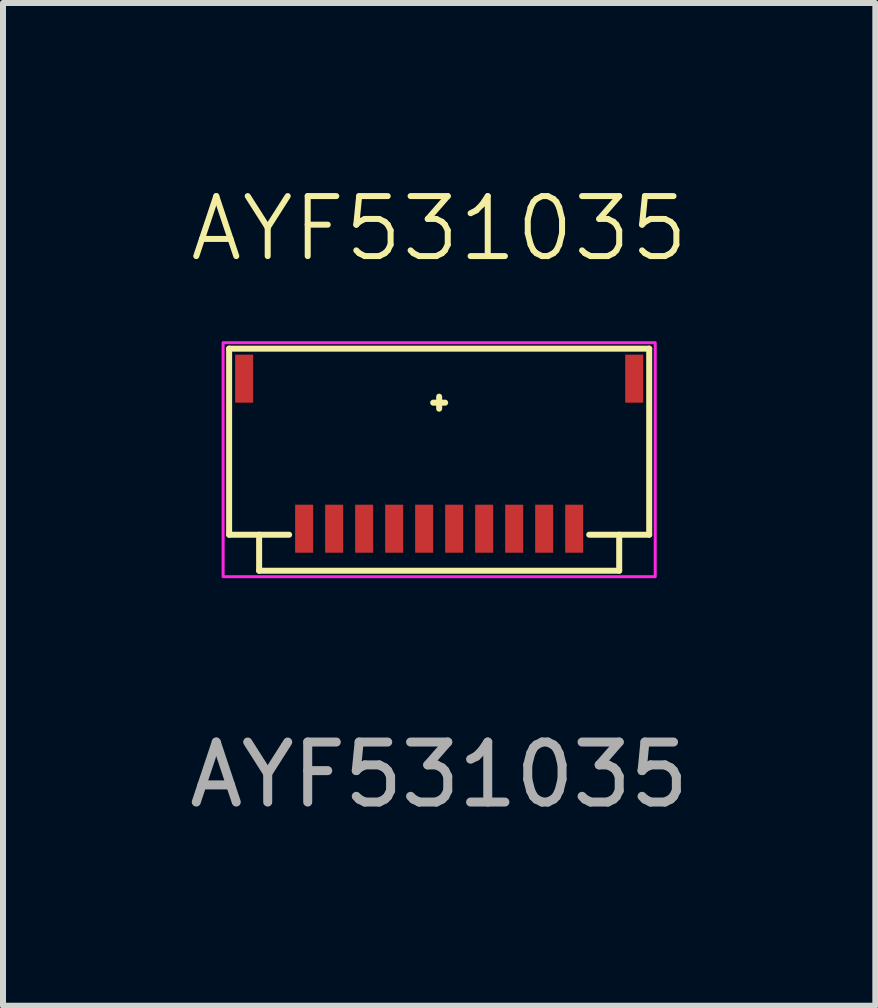
<source format=kicad_pcb>
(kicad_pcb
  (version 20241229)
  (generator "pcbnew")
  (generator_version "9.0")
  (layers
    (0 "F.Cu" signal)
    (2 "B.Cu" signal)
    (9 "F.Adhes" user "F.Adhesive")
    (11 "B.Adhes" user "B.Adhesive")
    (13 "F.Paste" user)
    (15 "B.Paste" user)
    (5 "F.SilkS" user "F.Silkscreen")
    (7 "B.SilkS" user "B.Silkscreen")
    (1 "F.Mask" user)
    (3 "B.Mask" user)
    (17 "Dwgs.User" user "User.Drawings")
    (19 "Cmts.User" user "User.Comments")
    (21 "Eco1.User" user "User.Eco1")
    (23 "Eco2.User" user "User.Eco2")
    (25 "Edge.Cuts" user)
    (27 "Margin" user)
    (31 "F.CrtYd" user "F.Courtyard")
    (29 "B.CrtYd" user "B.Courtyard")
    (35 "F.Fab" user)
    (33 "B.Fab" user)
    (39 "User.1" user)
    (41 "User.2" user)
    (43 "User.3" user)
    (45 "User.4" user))
  (footprint "AYF531035"
    (layer "F.Cu")
    (at 4.268 3.66)
    (property "Reference" "AYF531035" (at 0 -2.9 0) (unlocked yes) (layer "F.SilkS") (effects (font (size 1 1) (thickness 0.1))))
    (attr smd)
    (fp_line (start -3.5 -0.9) (end -3.5 2.2) (stroke (width 0.1) (type default)) (layer "F.SilkS"))
    (fp_line (start -3.5 -0.9) (end 3.5 -0.9) (stroke (width 0.1) (type default)) (layer "F.SilkS"))
    (fp_line (start -3.5 2.2) (end -2.5 2.2) (stroke (width 0.1) (type default)) (layer "F.SilkS"))
    (fp_line (start -3 2.8) (end -3 2.2) (stroke (width 0.1) (type default)) (layer "F.SilkS"))
    (fp_line (start -3 2.8) (end 3 2.8) (stroke (width 0.1) (type default)) (layer "F.SilkS"))
    (fp_line (start -0.1 0) (end 0.1 0) (stroke (width 0.1) (type default)) (layer "F.SilkS"))
    (fp_line (start 0 -0.1) (end 0 0.1) (stroke (width 0.1) (type default)) (layer "F.SilkS"))
    (fp_line (start 3 2.8) (end 3 2.2) (stroke (width 0.1) (type default)) (layer "F.SilkS"))
    (fp_line (start 3.5 -0.9) (end 3.5 2.2) (stroke (width 0.1) (type default)) (layer "F.SilkS"))
    (fp_line (start 3.5 2.2) (end 2.5 2.2) (stroke (width 0.1) (type default)) (layer "F.SilkS"))
    (fp_rect (start -3.6 -1) (end 3.6 2.9) (stroke (width 0.05) (type default)) (fill no) (layer "F.CrtYd"))
    (fp_text user "${REFERENCE}" (at 0 6.2 0) (unlocked yes) (layer "F.Fab") (effects (font (size 1 1) (thickness 0.15))))
    (pad "1" smd rect (at -2.25 2.1) (size 0.3 0.8) (layers "F.Cu" "F.Mask" "F.Paste"))
    (pad "2" smd rect (at -1.75 2.1) (size 0.3 0.8) (layers "F.Cu" "F.Mask" "F.Paste"))
    (pad "3" smd rect (at -1.25 2.1) (size 0.3 0.8) (layers "F.Cu" "F.Mask" "F.Paste"))
    (pad "4" smd rect (at -0.75 2.1) (size 0.3 0.8) (layers "F.Cu" "F.Mask" "F.Paste"))
    (pad "5" smd rect (at -0.25 2.1) (size 0.3 0.8) (layers "F.Cu" "F.Mask" "F.Paste"))
    (pad "6" smd rect (at 0.25 2.1) (size 0.3 0.8) (layers "F.Cu" "F.Mask" "F.Paste"))
    (pad "7" smd rect (at 0.75 2.1) (size 0.3 0.8) (layers "F.Cu" "F.Mask" "F.Paste"))
    (pad "8" smd rect (at 1.25 2.1) (size 0.3 0.8) (layers "F.Cu" "F.Mask" "F.Paste"))
    (pad "9" smd rect (at 1.75 2.1) (size 0.3 0.8) (layers "F.Cu" "F.Mask" "F.Paste"))
    (pad "10" smd rect (at 2.25 2.1) (size 0.3 0.8) (layers "F.Cu" "F.Mask" "F.Paste"))
    (pad "MP" smd rect (at -3.25 -0.4) (size 0.3 0.8) (layers "F.Cu" "F.Mask" "F.Paste"))
    (pad "MP" smd rect (at 3.25 -0.4) (size 0.3 0.8) (layers "F.Cu" "F.Mask" "F.Paste")))
  (gr_rect
    (start -3 -3)
    (end 11.536 13.709)
    (stroke (width 0.1) (type default))
    (fill no)
    (layer "Edge.Cuts")))
</source>
